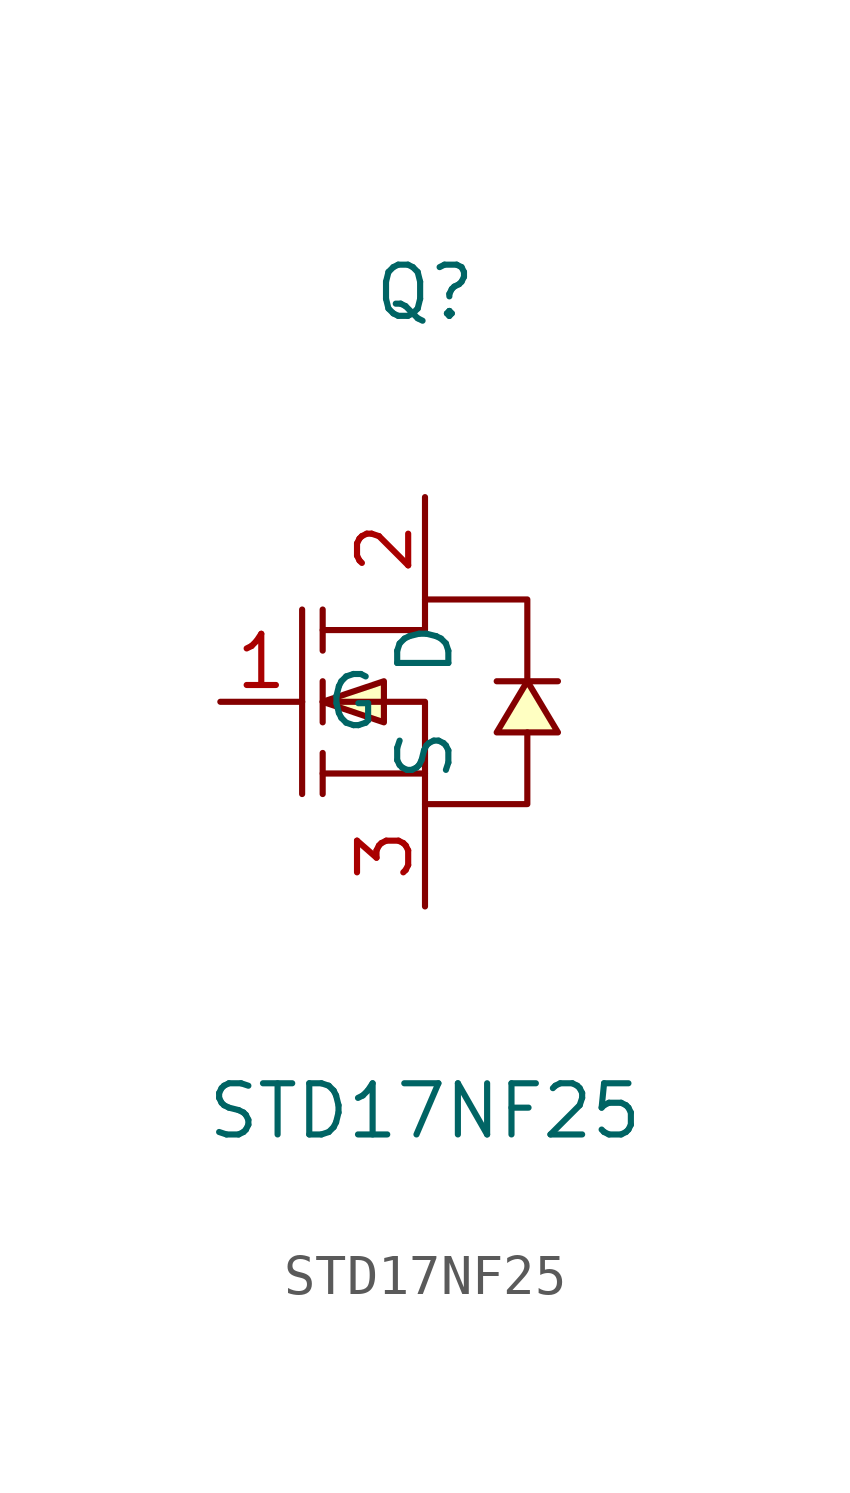
<source format=kicad_sym>
(kicad_symbol_lib
  (version 20211014)
  (generator https://github.com/uPesy/easyeda2kicad.py)
  (symbol "STD17NF25"
    (property "Reference" "Q"
      (at 0 10.16 0)
      (effects (font (size 1.27 1.27))))
    (property "Value" "STD17NF25"
      (at 0 -10.16 0)
      (effects (font (size 1.27 1.27))))
    (symbol "STD17NF25_0_1"
      (polyline (pts (xy -2.54 1.78) (xy 0.00 1.78) (xy 0.00 2.54) (xy 2.54 2.54) (xy 2.54 0.51)) (stroke (width 0) (type default) (color 0 0 0 0)) (fill (type none)))
      (polyline (pts (xy -2.54 -0.00) (xy 0.00 -0.00) (xy 0.00 -2.54) (xy 2.54 -2.54) (xy 2.54 -0.76)) (stroke (width 0) (type default) (color 0 0 0 0)) (fill (type none)))
      (polyline (pts (xy 0.00 -1.78) (xy -2.54 -1.78)) (stroke (width 0) (type default) (color 0 0 0 0)) (fill (type none)))
      (polyline (pts (xy -3.05 2.29) (xy -3.05 -2.29)) (stroke (width 0) (type default) (color 0 0 0 0)) (fill (type none)))
      (polyline (pts (xy -2.54 2.29) (xy -2.54 1.27)) (stroke (width 0) (type default) (color 0 0 0 0)) (fill (type none)))
      (polyline (pts (xy -2.54 -0.51) (xy -2.54 0.51)) (stroke (width 0) (type default) (color 0 0 0 0)) (fill (type none)))
      (polyline (pts (xy -2.54 -2.29) (xy -2.54 -1.27)) (stroke (width 0) (type default) (color 0 0 0 0)) (fill (type none)))
      (polyline (pts (xy 3.30 0.51) (xy 3.05 0.51) (xy 2.03 0.51) (xy 1.78 0.51)) (stroke (width 0) (type default) (color 0 0 0 0)) (fill (type none)))
      (polyline (pts (xy -2.54 -0.00) (xy -1.02 -0.51) (xy -1.02 0.51) (xy -2.54 -0.00)) (stroke (width 0) (type default) (color 0 0 0 0)) (fill (type background)))
      (polyline (pts (xy 2.54 0.51) (xy 1.78 -0.76) (xy 3.30 -0.76) (xy 2.54 0.51)) (stroke (width 0) (type default) (color 0 0 0 0)) (fill (type background)))
      (pin unspecified line (at 0.00 5.08 270) (length 2.54) (name "D" (effects (font (size 1.27 1.27)))) (number "2" (effects (font (size 1.27 1.27)))))
      (pin unspecified line (at -5.08 -0.00 0) (length 2.032) (name "G" (effects (font (size 1.27 1.27)))) (number "1" (effects (font (size 1.27 1.27)))))
      (pin unspecified line (at 0.00 -5.08 90) (length 2.54) (name "S" (effects (font (size 1.27 1.27)))) (number "3" (effects (font (size 1.27 1.27))))))))
</source>
